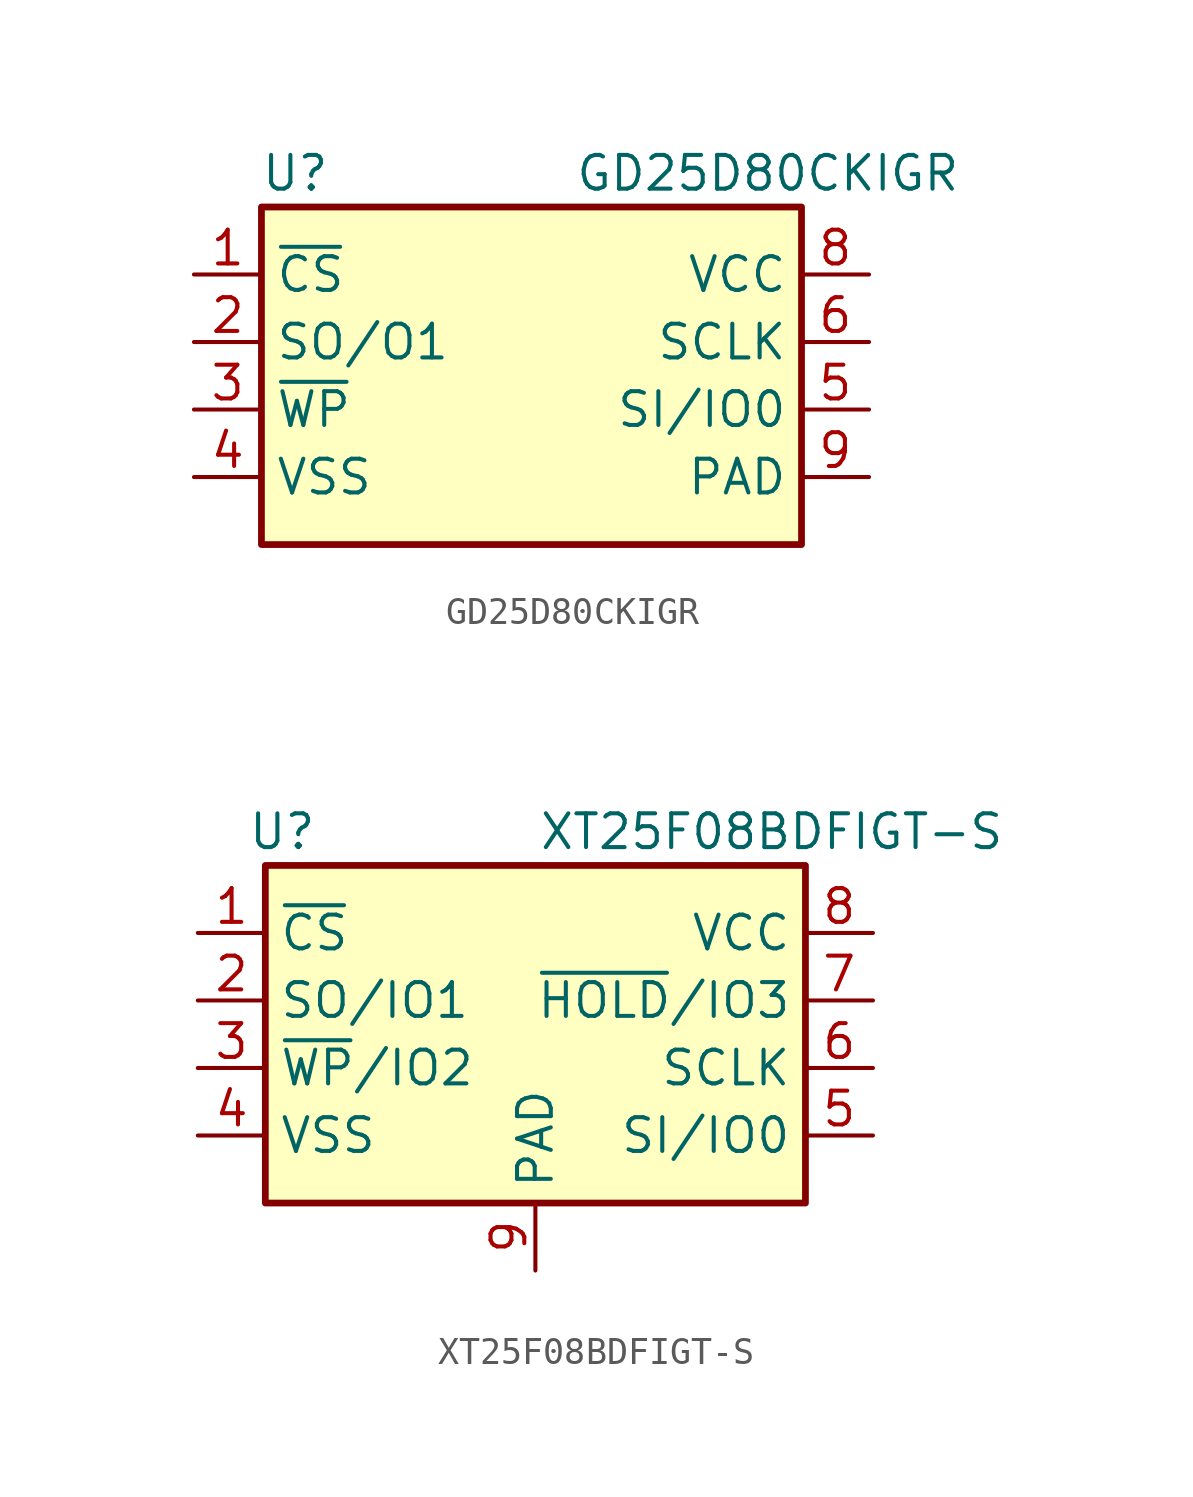
<source format=kicad_sym>
(kicad_symbol_lib
  (version 20220914)
  (generator kicad_symbol_editor)
  (symbol "GD25D80CKIGR"
    (property "Reference" "U"
      (at -8.89 8.89 0)
      (effects (font (size 1.27 1.27))))
    (property "Value" "GD25D80CKIGR"
      (at 8.89 8.89 0)
      (effects (font (size 1.27 1.27))))
    (symbol "GD25D80CKIGR_0_0"
      (pin power_in line (at 12.7 -2.54 180) (length 2.54) (name "PAD" (effects (font (size 1.27 1.27)))) (number "9" (effects (font (size 1.27 1.27))))))
    (symbol "GD25D80CKIGR_1_1"
      (rectangle (start -10.16 7.62) (end 10.16 -5.08) (stroke (width 0.254) (type default)) (fill (type background)))
      (pin input line (at -12.7 5.08 0) (length 2.54) (name "~{CS}" (effects (font (size 1.27 1.27)))) (number "1" (effects (font (size 1.27 1.27)))))
      (pin output line (at -12.7 2.54 0) (length 2.54) (name "SO/O1" (effects (font (size 1.27 1.27)))) (number "2" (effects (font (size 1.27 1.27)))))
      (pin input line (at -12.7 0 0) (length 2.54) (name "~{WP}" (effects (font (size 1.27 1.27)))) (number "3" (effects (font (size 1.27 1.27)))))
      (pin power_in line (at -12.7 -2.54 0) (length 2.54) (name "VSS" (effects (font (size 1.27 1.27)))) (number "4" (effects (font (size 1.27 1.27)))))
      (pin bidirectional line (at 12.7 0 180) (length 2.54) (name "SI/IO0" (effects (font (size 1.27 1.27)))) (number "5" (effects (font (size 1.27 1.27)))))
      (pin input line (at 12.7 2.54 180) (length 2.54) (name "SCLK" (effects (font (size 1.27 1.27)))) (number "6" (effects (font (size 1.27 1.27)))))
      (pin no_connect line (at 0 -5.08 90) (length 2.54) hide (name "NC" (effects (font (size 1.27 1.27)))) (number "7" (effects (font (size 1.27 1.27)))))
      (pin power_in line (at 12.7 5.08 180) (length 2.54) (name "VCC" (effects (font (size 1.27 1.27)))) (number "8" (effects (font (size 1.27 1.27)))))))
  (symbol "XT25F08BDFIGT-S"
    (property "Reference" "U"
      (at -9.525 8.89 0)
      (effects (font (size 1.27 1.27))))
    (property "Value" "XT25F08BDFIGT-S"
      (at 8.89 8.89 0)
      (effects (font (size 1.27 1.27))))
    (symbol "XT25F08BDFIGT-S_0_0"
      (pin power_in line (at 0 -7.62 90) (length 2.54) (name "PAD" (effects (font (size 1.27 1.27)))) (number "9" (effects (font (size 1.27 1.27))))))
    (symbol "XT25F08BDFIGT-S_1_1"
      (rectangle (start -10.16 7.62) (end 10.16 -5.08) (stroke (width 0.254) (type default)) (fill (type background)))
      (pin input line (at -12.7 5.08 0) (length 2.54) (name "~{CS}" (effects (font (size 1.27 1.27)))) (number "1" (effects (font (size 1.27 1.27)))))
      (pin output line (at -12.7 2.54 0) (length 2.54) (name "SO/IO1" (effects (font (size 1.27 1.27)))) (number "2" (effects (font (size 1.27 1.27)))))
      (pin input line (at -12.7 0 0) (length 2.54) (name "~{WP}/IO2" (effects (font (size 1.27 1.27)))) (number "3" (effects (font (size 1.27 1.27)))))
      (pin power_in line (at -12.7 -2.54 0) (length 2.54) (name "VSS" (effects (font (size 1.27 1.27)))) (number "4" (effects (font (size 1.27 1.27)))))
      (pin bidirectional line (at 12.7 -2.54 180) (length 2.54) (name "SI/IO0" (effects (font (size 1.27 1.27)))) (number "5" (effects (font (size 1.27 1.27)))))
      (pin input line (at 12.7 0 180) (length 2.54) (name "SCLK" (effects (font (size 1.27 1.27)))) (number "6" (effects (font (size 1.27 1.27)))))
      (pin passive line (at 12.7 2.54 180) (length 2.54) (name "~{HOLD}/IO3" (effects (font (size 1.27 1.27)))) (number "7" (effects (font (size 1.27 1.27)))))
      (pin power_in line (at 12.7 5.08 180) (length 2.54) (name "VCC" (effects (font (size 1.27 1.27)))) (number "8" (effects (font (size 1.27 1.27))))))))
</source>
